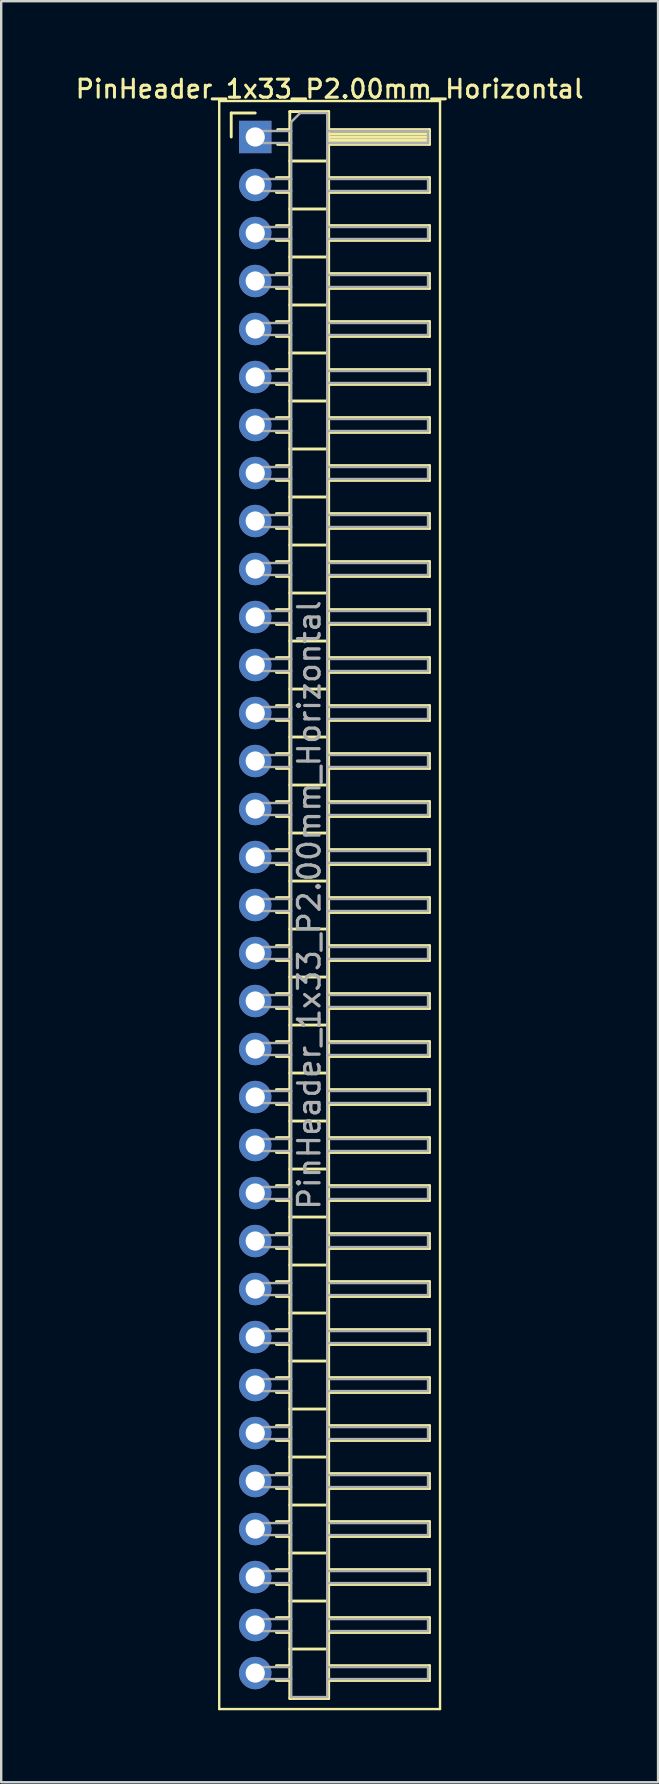
<source format=kicad_pcb>
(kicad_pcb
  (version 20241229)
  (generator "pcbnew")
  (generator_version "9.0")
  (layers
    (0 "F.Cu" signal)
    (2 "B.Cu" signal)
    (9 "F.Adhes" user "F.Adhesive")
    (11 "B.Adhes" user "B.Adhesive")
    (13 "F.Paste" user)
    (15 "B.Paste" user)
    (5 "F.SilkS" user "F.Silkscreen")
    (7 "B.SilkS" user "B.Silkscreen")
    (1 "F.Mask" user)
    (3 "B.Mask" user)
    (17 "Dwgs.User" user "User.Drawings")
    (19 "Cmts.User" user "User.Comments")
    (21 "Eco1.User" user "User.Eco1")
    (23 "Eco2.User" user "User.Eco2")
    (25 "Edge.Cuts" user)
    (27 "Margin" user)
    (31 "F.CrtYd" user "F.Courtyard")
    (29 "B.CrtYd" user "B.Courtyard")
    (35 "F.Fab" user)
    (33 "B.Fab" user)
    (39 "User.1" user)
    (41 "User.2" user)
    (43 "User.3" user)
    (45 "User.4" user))
  (footprint "PinHeader_1x33_P2.00mm_Horizontal"
    (layer "F.Cu")
    (at 7.584 2.658)
    (property "Reference" "PinHeader_1x33_P2.00mm_Horizontal" (at 3.1 -2 0) (layer "F.SilkS") (effects (font (size 0.75 0.75) (thickness 0.125))))
    (attr through_hole)
    (fp_line (start -1.5 -1.5) (end -1.5 65.5) (stroke (width 0.1) (type solid)) (layer "F.SilkS"))
    (fp_line (start -1.5 65.5) (end 7.7 65.5) (stroke (width 0.1) (type solid)) (layer "F.SilkS"))
    (fp_line (start -1 -1) (end 0 -1) (stroke (width 0.12) (type solid)) (layer "F.SilkS"))
    (fp_line (start -1 0) (end -1 -1) (stroke (width 0.12) (type solid)) (layer "F.SilkS"))
    (fp_line (start 0.882 1.69) (end 1.44 1.69) (stroke (width 0.12) (type solid)) (layer "F.SilkS"))
    (fp_line (start 0.882 2.31) (end 1.44 2.31) (stroke (width 0.12) (type solid)) (layer "F.SilkS"))
    (fp_line (start 0.882 3.69) (end 1.44 3.69) (stroke (width 0.12) (type solid)) (layer "F.SilkS"))
    (fp_line (start 0.882 4.31) (end 1.44 4.31) (stroke (width 0.12) (type solid)) (layer "F.SilkS"))
    (fp_line (start 0.882 5.69) (end 1.44 5.69) (stroke (width 0.12) (type solid)) (layer "F.SilkS"))
    (fp_line (start 0.882 6.31) (end 1.44 6.31) (stroke (width 0.12) (type solid)) (layer "F.SilkS"))
    (fp_line (start 0.882 7.69) (end 1.44 7.69) (stroke (width 0.12) (type solid)) (layer "F.SilkS"))
    (fp_line (start 0.882 8.31) (end 1.44 8.31) (stroke (width 0.12) (type solid)) (layer "F.SilkS"))
    (fp_line (start 0.882 9.69) (end 1.44 9.69) (stroke (width 0.12) (type solid)) (layer "F.SilkS"))
    (fp_line (start 0.882 10.31) (end 1.44 10.31) (stroke (width 0.12) (type solid)) (layer "F.SilkS"))
    (fp_line (start 0.882 11.69) (end 1.44 11.69) (stroke (width 0.12) (type solid)) (layer "F.SilkS"))
    (fp_line (start 0.882 12.31) (end 1.44 12.31) (stroke (width 0.12) (type solid)) (layer "F.SilkS"))
    (fp_line (start 0.882 13.69) (end 1.44 13.69) (stroke (width 0.12) (type solid)) (layer "F.SilkS"))
    (fp_line (start 0.882 14.31) (end 1.44 14.31) (stroke (width 0.12) (type solid)) (layer "F.SilkS"))
    (fp_line (start 0.882 15.69) (end 1.44 15.69) (stroke (width 0.12) (type solid)) (layer "F.SilkS"))
    (fp_line (start 0.882 16.31) (end 1.44 16.31) (stroke (width 0.12) (type solid)) (layer "F.SilkS"))
    (fp_line (start 0.882 17.69) (end 1.44 17.69) (stroke (width 0.12) (type solid)) (layer "F.SilkS"))
    (fp_line (start 0.882 18.31) (end 1.44 18.31) (stroke (width 0.12) (type solid)) (layer "F.SilkS"))
    (fp_line (start 0.882 19.69) (end 1.44 19.69) (stroke (width 0.12) (type solid)) (layer "F.SilkS"))
    (fp_line (start 0.882 20.31) (end 1.44 20.31) (stroke (width 0.12) (type solid)) (layer "F.SilkS"))
    (fp_line (start 0.882 21.69) (end 1.44 21.69) (stroke (width 0.12) (type solid)) (layer "F.SilkS"))
    (fp_line (start 0.882 22.31) (end 1.44 22.31) (stroke (width 0.12) (type solid)) (layer "F.SilkS"))
    (fp_line (start 0.882 23.69) (end 1.44 23.69) (stroke (width 0.12) (type solid)) (layer "F.SilkS"))
    (fp_line (start 0.882 24.31) (end 1.44 24.31) (stroke (width 0.12) (type solid)) (layer "F.SilkS"))
    (fp_line (start 0.882 25.69) (end 1.44 25.69) (stroke (width 0.12) (type solid)) (layer "F.SilkS"))
    (fp_line (start 0.882 26.31) (end 1.44 26.31) (stroke (width 0.12) (type solid)) (layer "F.SilkS"))
    (fp_line (start 0.882 27.69) (end 1.44 27.69) (stroke (width 0.12) (type solid)) (layer "F.SilkS"))
    (fp_line (start 0.882 28.31) (end 1.44 28.31) (stroke (width 0.12) (type solid)) (layer "F.SilkS"))
    (fp_line (start 0.882 29.69) (end 1.44 29.69) (stroke (width 0.12) (type solid)) (layer "F.SilkS"))
    (fp_line (start 0.882 30.31) (end 1.44 30.31) (stroke (width 0.12) (type solid)) (layer "F.SilkS"))
    (fp_line (start 0.882 31.69) (end 1.44 31.69) (stroke (width 0.12) (type solid)) (layer "F.SilkS"))
    (fp_line (start 0.882 32.31) (end 1.44 32.31) (stroke (width 0.12) (type solid)) (layer "F.SilkS"))
    (fp_line (start 0.882 33.69) (end 1.44 33.69) (stroke (width 0.12) (type solid)) (layer "F.SilkS"))
    (fp_line (start 0.882 34.31) (end 1.44 34.31) (stroke (width 0.12) (type solid)) (layer "F.SilkS"))
    (fp_line (start 0.882 35.69) (end 1.44 35.69) (stroke (width 0.12) (type solid)) (layer "F.SilkS"))
    (fp_line (start 0.882 36.31) (end 1.44 36.31) (stroke (width 0.12) (type solid)) (layer "F.SilkS"))
    (fp_line (start 0.882 37.69) (end 1.44 37.69) (stroke (width 0.12) (type solid)) (layer "F.SilkS"))
    (fp_line (start 0.882 38.31) (end 1.44 38.31) (stroke (width 0.12) (type solid)) (layer "F.SilkS"))
    (fp_line (start 0.882 39.69) (end 1.44 39.69) (stroke (width 0.12) (type solid)) (layer "F.SilkS"))
    (fp_line (start 0.882 40.31) (end 1.44 40.31) (stroke (width 0.12) (type solid)) (layer "F.SilkS"))
    (fp_line (start 0.882 41.69) (end 1.44 41.69) (stroke (width 0.12) (type solid)) (layer "F.SilkS"))
    (fp_line (start 0.882 42.31) (end 1.44 42.31) (stroke (width 0.12) (type solid)) (layer "F.SilkS"))
    (fp_line (start 0.882 43.69) (end 1.44 43.69) (stroke (width 0.12) (type solid)) (layer "F.SilkS"))
    (fp_line (start 0.882 44.31) (end 1.44 44.31) (stroke (width 0.12) (type solid)) (layer "F.SilkS"))
    (fp_line (start 0.882 45.69) (end 1.44 45.69) (stroke (width 0.12) (type solid)) (layer "F.SilkS"))
    (fp_line (start 0.882 46.31) (end 1.44 46.31) (stroke (width 0.12) (type solid)) (layer "F.SilkS"))
    (fp_line (start 0.882 47.69) (end 1.44 47.69) (stroke (width 0.12) (type solid)) (layer "F.SilkS"))
    (fp_line (start 0.882 48.31) (end 1.44 48.31) (stroke (width 0.12) (type solid)) (layer "F.SilkS"))
    (fp_line (start 0.882 49.69) (end 1.44 49.69) (stroke (width 0.12) (type solid)) (layer "F.SilkS"))
    (fp_line (start 0.882 50.31) (end 1.44 50.31) (stroke (width 0.12) (type solid)) (layer "F.SilkS"))
    (fp_line (start 0.882 51.69) (end 1.44 51.69) (stroke (width 0.12) (type solid)) (layer "F.SilkS"))
    (fp_line (start 0.882 52.31) (end 1.44 52.31) (stroke (width 0.12) (type solid)) (layer "F.SilkS"))
    (fp_line (start 0.882 53.69) (end 1.44 53.69) (stroke (width 0.12) (type solid)) (layer "F.SilkS"))
    (fp_line (start 0.882 54.31) (end 1.44 54.31) (stroke (width 0.12) (type solid)) (layer "F.SilkS"))
    (fp_line (start 0.882 55.69) (end 1.44 55.69) (stroke (width 0.12) (type solid)) (layer "F.SilkS"))
    (fp_line (start 0.882 56.31) (end 1.44 56.31) (stroke (width 0.12) (type solid)) (layer "F.SilkS"))
    (fp_line (start 0.882 57.69) (end 1.44 57.69) (stroke (width 0.12) (type solid)) (layer "F.SilkS"))
    (fp_line (start 0.882 58.31) (end 1.44 58.31) (stroke (width 0.12) (type solid)) (layer "F.SilkS"))
    (fp_line (start 0.882 59.69) (end 1.44 59.69) (stroke (width 0.12) (type solid)) (layer "F.SilkS"))
    (fp_line (start 0.882 60.31) (end 1.44 60.31) (stroke (width 0.12) (type solid)) (layer "F.SilkS"))
    (fp_line (start 0.882 61.69) (end 1.44 61.69) (stroke (width 0.12) (type solid)) (layer "F.SilkS"))
    (fp_line (start 0.882 62.31) (end 1.44 62.31) (stroke (width 0.12) (type solid)) (layer "F.SilkS"))
    (fp_line (start 0.882 63.69) (end 1.44 63.69) (stroke (width 0.12) (type solid)) (layer "F.SilkS"))
    (fp_line (start 0.882 64.31) (end 1.44 64.31) (stroke (width 0.12) (type solid)) (layer "F.SilkS"))
    (fp_line (start 0.935 -0.31) (end 1.44 -0.31) (stroke (width 0.12) (type solid)) (layer "F.SilkS"))
    (fp_line (start 0.935 0.31) (end 1.44 0.31) (stroke (width 0.12) (type solid)) (layer "F.SilkS"))
    (fp_line (start 1.44 -1.06) (end 1.44 65.06) (stroke (width 0.12) (type solid)) (layer "F.SilkS"))
    (fp_line (start 1.44 1) (end 3.06 1) (stroke (width 0.12) (type solid)) (layer "F.SilkS"))
    (fp_line (start 1.44 3) (end 3.06 3) (stroke (width 0.12) (type solid)) (layer "F.SilkS"))
    (fp_line (start 1.44 5) (end 3.06 5) (stroke (width 0.12) (type solid)) (layer "F.SilkS"))
    (fp_line (start 1.44 7) (end 3.06 7) (stroke (width 0.12) (type solid)) (layer "F.SilkS"))
    (fp_line (start 1.44 9) (end 3.06 9) (stroke (width 0.12) (type solid)) (layer "F.SilkS"))
    (fp_line (start 1.44 11) (end 3.06 11) (stroke (width 0.12) (type solid)) (layer "F.SilkS"))
    (fp_line (start 1.44 13) (end 3.06 13) (stroke (width 0.12) (type solid)) (layer "F.SilkS"))
    (fp_line (start 1.44 15) (end 3.06 15) (stroke (width 0.12) (type solid)) (layer "F.SilkS"))
    (fp_line (start 1.44 17) (end 3.06 17) (stroke (width 0.12) (type solid)) (layer "F.SilkS"))
    (fp_line (start 1.44 19) (end 3.06 19) (stroke (width 0.12) (type solid)) (layer "F.SilkS"))
    (fp_line (start 1.44 21) (end 3.06 21) (stroke (width 0.12) (type solid)) (layer "F.SilkS"))
    (fp_line (start 1.44 23) (end 3.06 23) (stroke (width 0.12) (type solid)) (layer "F.SilkS"))
    (fp_line (start 1.44 25) (end 3.06 25) (stroke (width 0.12) (type solid)) (layer "F.SilkS"))
    (fp_line (start 1.44 27) (end 3.06 27) (stroke (width 0.12) (type solid)) (layer "F.SilkS"))
    (fp_line (start 1.44 29) (end 3.06 29) (stroke (width 0.12) (type solid)) (layer "F.SilkS"))
    (fp_line (start 1.44 31) (end 3.06 31) (stroke (width 0.12) (type solid)) (layer "F.SilkS"))
    (fp_line (start 1.44 33) (end 3.06 33) (stroke (width 0.12) (type solid)) (layer "F.SilkS"))
    (fp_line (start 1.44 35) (end 3.06 35) (stroke (width 0.12) (type solid)) (layer "F.SilkS"))
    (fp_line (start 1.44 37) (end 3.06 37) (stroke (width 0.12) (type solid)) (layer "F.SilkS"))
    (fp_line (start 1.44 39) (end 3.06 39) (stroke (width 0.12) (type solid)) (layer "F.SilkS"))
    (fp_line (start 1.44 41) (end 3.06 41) (stroke (width 0.12) (type solid)) (layer "F.SilkS"))
    (fp_line (start 1.44 43) (end 3.06 43) (stroke (width 0.12) (type solid)) (layer "F.SilkS"))
    (fp_line (start 1.44 45) (end 3.06 45) (stroke (width 0.12) (type solid)) (layer "F.SilkS"))
    (fp_line (start 1.44 47) (end 3.06 47) (stroke (width 0.12) (type solid)) (layer "F.SilkS"))
    (fp_line (start 1.44 49) (end 3.06 49) (stroke (width 0.12) (type solid)) (layer "F.SilkS"))
    (fp_line (start 1.44 51) (end 3.06 51) (stroke (width 0.12) (type solid)) (layer "F.SilkS"))
    (fp_line (start 1.44 53) (end 3.06 53) (stroke (width 0.12) (type solid)) (layer "F.SilkS"))
    (fp_line (start 1.44 55) (end 3.06 55) (stroke (width 0.12) (type solid)) (layer "F.SilkS"))
    (fp_line (start 1.44 57) (end 3.06 57) (stroke (width 0.12) (type solid)) (layer "F.SilkS"))
    (fp_line (start 1.44 59) (end 3.06 59) (stroke (width 0.12) (type solid)) (layer "F.SilkS"))
    (fp_line (start 1.44 61) (end 3.06 61) (stroke (width 0.12) (type solid)) (layer "F.SilkS"))
    (fp_line (start 1.44 63) (end 3.06 63) (stroke (width 0.12) (type solid)) (layer "F.SilkS"))
    (fp_line (start 1.44 65.06) (end 3.06 65.06) (stroke (width 0.12) (type solid)) (layer "F.SilkS"))
    (fp_line (start 3.06 -1.06) (end 1.44 -1.06) (stroke (width 0.12) (type solid)) (layer "F.SilkS"))
    (fp_line (start 3.06 -0.31) (end 7.26 -0.31) (stroke (width 0.12) (type solid)) (layer "F.SilkS"))
    (fp_line (start 3.06 -0.25) (end 7.26 -0.25) (stroke (width 0.12) (type solid)) (layer "F.SilkS"))
    (fp_line (start 3.06 -0.13) (end 7.26 -0.13) (stroke (width 0.12) (type solid)) (layer "F.SilkS"))
    (fp_line (start 3.06 -0.01) (end 7.26 -0.01) (stroke (width 0.12) (type solid)) (layer "F.SilkS"))
    (fp_line (start 3.06 0.11) (end 7.26 0.11) (stroke (width 0.12) (type solid)) (layer "F.SilkS"))
    (fp_line (start 3.06 0.23) (end 7.26 0.23) (stroke (width 0.12) (type solid)) (layer "F.SilkS"))
    (fp_line (start 3.06 1.69) (end 7.26 1.69) (stroke (width 0.12) (type solid)) (layer "F.SilkS"))
    (fp_line (start 3.06 3.69) (end 7.26 3.69) (stroke (width 0.12) (type solid)) (layer "F.SilkS"))
    (fp_line (start 3.06 5.69) (end 7.26 5.69) (stroke (width 0.12) (type solid)) (layer "F.SilkS"))
    (fp_line (start 3.06 7.69) (end 7.26 7.69) (stroke (width 0.12) (type solid)) (layer "F.SilkS"))
    (fp_line (start 3.06 9.69) (end 7.26 9.69) (stroke (width 0.12) (type solid)) (layer "F.SilkS"))
    (fp_line (start 3.06 11.69) (end 7.26 11.69) (stroke (width 0.12) (type solid)) (layer "F.SilkS"))
    (fp_line (start 3.06 13.69) (end 7.26 13.69) (stroke (width 0.12) (type solid)) (layer "F.SilkS"))
    (fp_line (start 3.06 15.69) (end 7.26 15.69) (stroke (width 0.12) (type solid)) (layer "F.SilkS"))
    (fp_line (start 3.06 17.69) (end 7.26 17.69) (stroke (width 0.12) (type solid)) (layer "F.SilkS"))
    (fp_line (start 3.06 19.69) (end 7.26 19.69) (stroke (width 0.12) (type solid)) (layer "F.SilkS"))
    (fp_line (start 3.06 21.69) (end 7.26 21.69) (stroke (width 0.12) (type solid)) (layer "F.SilkS"))
    (fp_line (start 3.06 23.69) (end 7.26 23.69) (stroke (width 0.12) (type solid)) (layer "F.SilkS"))
    (fp_line (start 3.06 25.69) (end 7.26 25.69) (stroke (width 0.12) (type solid)) (layer "F.SilkS"))
    (fp_line (start 3.06 27.69) (end 7.26 27.69) (stroke (width 0.12) (type solid)) (layer "F.SilkS"))
    (fp_line (start 3.06 29.69) (end 7.26 29.69) (stroke (width 0.12) (type solid)) (layer "F.SilkS"))
    (fp_line (start 3.06 31.69) (end 7.26 31.69) (stroke (width 0.12) (type solid)) (layer "F.SilkS"))
    (fp_line (start 3.06 33.69) (end 7.26 33.69) (stroke (width 0.12) (type solid)) (layer "F.SilkS"))
    (fp_line (start 3.06 35.69) (end 7.26 35.69) (stroke (width 0.12) (type solid)) (layer "F.SilkS"))
    (fp_line (start 3.06 37.69) (end 7.26 37.69) (stroke (width 0.12) (type solid)) (layer "F.SilkS"))
    (fp_line (start 3.06 39.69) (end 7.26 39.69) (stroke (width 0.12) (type solid)) (layer "F.SilkS"))
    (fp_line (start 3.06 41.69) (end 7.26 41.69) (stroke (width 0.12) (type solid)) (layer "F.SilkS"))
    (fp_line (start 3.06 43.69) (end 7.26 43.69) (stroke (width 0.12) (type solid)) (layer "F.SilkS"))
    (fp_line (start 3.06 45.69) (end 7.26 45.69) (stroke (width 0.12) (type solid)) (layer "F.SilkS"))
    (fp_line (start 3.06 47.69) (end 7.26 47.69) (stroke (width 0.12) (type solid)) (layer "F.SilkS"))
    (fp_line (start 3.06 49.69) (end 7.26 49.69) (stroke (width 0.12) (type solid)) (layer "F.SilkS"))
    (fp_line (start 3.06 51.69) (end 7.26 51.69) (stroke (width 0.12) (type solid)) (layer "F.SilkS"))
    (fp_line (start 3.06 53.69) (end 7.26 53.69) (stroke (width 0.12) (type solid)) (layer "F.SilkS"))
    (fp_line (start 3.06 55.69) (end 7.26 55.69) (stroke (width 0.12) (type solid)) (layer "F.SilkS"))
    (fp_line (start 3.06 57.69) (end 7.26 57.69) (stroke (width 0.12) (type solid)) (layer "F.SilkS"))
    (fp_line (start 3.06 59.69) (end 7.26 59.69) (stroke (width 0.12) (type solid)) (layer "F.SilkS"))
    (fp_line (start 3.06 61.69) (end 7.26 61.69) (stroke (width 0.12) (type solid)) (layer "F.SilkS"))
    (fp_line (start 3.06 63.69) (end 7.26 63.69) (stroke (width 0.12) (type solid)) (layer "F.SilkS"))
    (fp_line (start 3.06 65.06) (end 3.06 -1.06) (stroke (width 0.12) (type solid)) (layer "F.SilkS"))
    (fp_line (start 7.26 -0.31) (end 7.26 0.31) (stroke (width 0.12) (type solid)) (layer "F.SilkS"))
    (fp_line (start 7.26 0.31) (end 3.06 0.31) (stroke (width 0.12) (type solid)) (layer "F.SilkS"))
    (fp_line (start 7.26 1.69) (end 7.26 2.31) (stroke (width 0.12) (type solid)) (layer "F.SilkS"))
    (fp_line (start 7.26 2.31) (end 3.06 2.31) (stroke (width 0.12) (type solid)) (layer "F.SilkS"))
    (fp_line (start 7.26 3.69) (end 7.26 4.31) (stroke (width 0.12) (type solid)) (layer "F.SilkS"))
    (fp_line (start 7.26 4.31) (end 3.06 4.31) (stroke (width 0.12) (type solid)) (layer "F.SilkS"))
    (fp_line (start 7.26 5.69) (end 7.26 6.31) (stroke (width 0.12) (type solid)) (layer "F.SilkS"))
    (fp_line (start 7.26 6.31) (end 3.06 6.31) (stroke (width 0.12) (type solid)) (layer "F.SilkS"))
    (fp_line (start 7.26 7.69) (end 7.26 8.31) (stroke (width 0.12) (type solid)) (layer "F.SilkS"))
    (fp_line (start 7.26 8.31) (end 3.06 8.31) (stroke (width 0.12) (type solid)) (layer "F.SilkS"))
    (fp_line (start 7.26 9.69) (end 7.26 10.31) (stroke (width 0.12) (type solid)) (layer "F.SilkS"))
    (fp_line (start 7.26 10.31) (end 3.06 10.31) (stroke (width 0.12) (type solid)) (layer "F.SilkS"))
    (fp_line (start 7.26 11.69) (end 7.26 12.31) (stroke (width 0.12) (type solid)) (layer "F.SilkS"))
    (fp_line (start 7.26 12.31) (end 3.06 12.31) (stroke (width 0.12) (type solid)) (layer "F.SilkS"))
    (fp_line (start 7.26 13.69) (end 7.26 14.31) (stroke (width 0.12) (type solid)) (layer "F.SilkS"))
    (fp_line (start 7.26 14.31) (end 3.06 14.31) (stroke (width 0.12) (type solid)) (layer "F.SilkS"))
    (fp_line (start 7.26 15.69) (end 7.26 16.31) (stroke (width 0.12) (type solid)) (layer "F.SilkS"))
    (fp_line (start 7.26 16.31) (end 3.06 16.31) (stroke (width 0.12) (type solid)) (layer "F.SilkS"))
    (fp_line (start 7.26 17.69) (end 7.26 18.31) (stroke (width 0.12) (type solid)) (layer "F.SilkS"))
    (fp_line (start 7.26 18.31) (end 3.06 18.31) (stroke (width 0.12) (type solid)) (layer "F.SilkS"))
    (fp_line (start 7.26 19.69) (end 7.26 20.31) (stroke (width 0.12) (type solid)) (layer "F.SilkS"))
    (fp_line (start 7.26 20.31) (end 3.06 20.31) (stroke (width 0.12) (type solid)) (layer "F.SilkS"))
    (fp_line (start 7.26 21.69) (end 7.26 22.31) (stroke (width 0.12) (type solid)) (layer "F.SilkS"))
    (fp_line (start 7.26 22.31) (end 3.06 22.31) (stroke (width 0.12) (type solid)) (layer "F.SilkS"))
    (fp_line (start 7.26 23.69) (end 7.26 24.31) (stroke (width 0.12) (type solid)) (layer "F.SilkS"))
    (fp_line (start 7.26 24.31) (end 3.06 24.31) (stroke (width 0.12) (type solid)) (layer "F.SilkS"))
    (fp_line (start 7.26 25.69) (end 7.26 26.31) (stroke (width 0.12) (type solid)) (layer "F.SilkS"))
    (fp_line (start 7.26 26.31) (end 3.06 26.31) (stroke (width 0.12) (type solid)) (layer "F.SilkS"))
    (fp_line (start 7.26 27.69) (end 7.26 28.31) (stroke (width 0.12) (type solid)) (layer "F.SilkS"))
    (fp_line (start 7.26 28.31) (end 3.06 28.31) (stroke (width 0.12) (type solid)) (layer "F.SilkS"))
    (fp_line (start 7.26 29.69) (end 7.26 30.31) (stroke (width 0.12) (type solid)) (layer "F.SilkS"))
    (fp_line (start 7.26 30.31) (end 3.06 30.31) (stroke (width 0.12) (type solid)) (layer "F.SilkS"))
    (fp_line (start 7.26 31.69) (end 7.26 32.31) (stroke (width 0.12) (type solid)) (layer "F.SilkS"))
    (fp_line (start 7.26 32.31) (end 3.06 32.31) (stroke (width 0.12) (type solid)) (layer "F.SilkS"))
    (fp_line (start 7.26 33.69) (end 7.26 34.31) (stroke (width 0.12) (type solid)) (layer "F.SilkS"))
    (fp_line (start 7.26 34.31) (end 3.06 34.31) (stroke (width 0.12) (type solid)) (layer "F.SilkS"))
    (fp_line (start 7.26 35.69) (end 7.26 36.31) (stroke (width 0.12) (type solid)) (layer "F.SilkS"))
    (fp_line (start 7.26 36.31) (end 3.06 36.31) (stroke (width 0.12) (type solid)) (layer "F.SilkS"))
    (fp_line (start 7.26 37.69) (end 7.26 38.31) (stroke (width 0.12) (type solid)) (layer "F.SilkS"))
    (fp_line (start 7.26 38.31) (end 3.06 38.31) (stroke (width 0.12) (type solid)) (layer "F.SilkS"))
    (fp_line (start 7.26 39.69) (end 7.26 40.31) (stroke (width 0.12) (type solid)) (layer "F.SilkS"))
    (fp_line (start 7.26 40.31) (end 3.06 40.31) (stroke (width 0.12) (type solid)) (layer "F.SilkS"))
    (fp_line (start 7.26 41.69) (end 7.26 42.31) (stroke (width 0.12) (type solid)) (layer "F.SilkS"))
    (fp_line (start 7.26 42.31) (end 3.06 42.31) (stroke (width 0.12) (type solid)) (layer "F.SilkS"))
    (fp_line (start 7.26 43.69) (end 7.26 44.31) (stroke (width 0.12) (type solid)) (layer "F.SilkS"))
    (fp_line (start 7.26 44.31) (end 3.06 44.31) (stroke (width 0.12) (type solid)) (layer "F.SilkS"))
    (fp_line (start 7.26 45.69) (end 7.26 46.31) (stroke (width 0.12) (type solid)) (layer "F.SilkS"))
    (fp_line (start 7.26 46.31) (end 3.06 46.31) (stroke (width 0.12) (type solid)) (layer "F.SilkS"))
    (fp_line (start 7.26 47.69) (end 7.26 48.31) (stroke (width 0.12) (type solid)) (layer "F.SilkS"))
    (fp_line (start 7.26 48.31) (end 3.06 48.31) (stroke (width 0.12) (type solid)) (layer "F.SilkS"))
    (fp_line (start 7.26 49.69) (end 7.26 50.31) (stroke (width 0.12) (type solid)) (layer "F.SilkS"))
    (fp_line (start 7.26 50.31) (end 3.06 50.31) (stroke (width 0.12) (type solid)) (layer "F.SilkS"))
    (fp_line (start 7.26 51.69) (end 7.26 52.31) (stroke (width 0.12) (type solid)) (layer "F.SilkS"))
    (fp_line (start 7.26 52.31) (end 3.06 52.31) (stroke (width 0.12) (type solid)) (layer "F.SilkS"))
    (fp_line (start 7.26 53.69) (end 7.26 54.31) (stroke (width 0.12) (type solid)) (layer "F.SilkS"))
    (fp_line (start 7.26 54.31) (end 3.06 54.31) (stroke (width 0.12) (type solid)) (layer "F.SilkS"))
    (fp_line (start 7.26 55.69) (end 7.26 56.31) (stroke (width 0.12) (type solid)) (layer "F.SilkS"))
    (fp_line (start 7.26 56.31) (end 3.06 56.31) (stroke (width 0.12) (type solid)) (layer "F.SilkS"))
    (fp_line (start 7.26 57.69) (end 7.26 58.31) (stroke (width 0.12) (type solid)) (layer "F.SilkS"))
    (fp_line (start 7.26 58.31) (end 3.06 58.31) (stroke (width 0.12) (type solid)) (layer "F.SilkS"))
    (fp_line (start 7.26 59.69) (end 7.26 60.31) (stroke (width 0.12) (type solid)) (layer "F.SilkS"))
    (fp_line (start 7.26 60.31) (end 3.06 60.31) (stroke (width 0.12) (type solid)) (layer "F.SilkS"))
    (fp_line (start 7.26 61.69) (end 7.26 62.31) (stroke (width 0.12) (type solid)) (layer "F.SilkS"))
    (fp_line (start 7.26 62.31) (end 3.06 62.31) (stroke (width 0.12) (type solid)) (layer "F.SilkS"))
    (fp_line (start 7.26 63.69) (end 7.26 64.31) (stroke (width 0.12) (type solid)) (layer "F.SilkS"))
    (fp_line (start 7.26 64.31) (end 3.06 64.31) (stroke (width 0.12) (type solid)) (layer "F.SilkS"))
    (fp_line (start 7.7 -1.5) (end -1.5 -1.5) (stroke (width 0.1) (type solid)) (layer "F.SilkS"))
    (fp_line (start 7.7 65.5) (end 7.7 -1.5) (stroke (width 0.1) (type solid)) (layer "F.SilkS"))
    (fp_line (start -0.25 -0.25) (end -0.25 0.25) (stroke (width 0.1) (type solid)) (layer "F.Fab"))
    (fp_line (start -0.25 -0.25) (end 1.5 -0.25) (stroke (width 0.1) (type solid)) (layer "F.Fab"))
    (fp_line (start -0.25 0.25) (end 1.5 0.25) (stroke (width 0.1) (type solid)) (layer "F.Fab"))
    (fp_line (start -0.25 1.75) (end -0.25 2.25) (stroke (width 0.1) (type solid)) (layer "F.Fab"))
    (fp_line (start -0.25 1.75) (end 1.5 1.75) (stroke (width 0.1) (type solid)) (layer "F.Fab"))
    (fp_line (start -0.25 2.25) (end 1.5 2.25) (stroke (width 0.1) (type solid)) (layer "F.Fab"))
    (fp_line (start -0.25 3.75) (end -0.25 4.25) (stroke (width 0.1) (type solid)) (layer "F.Fab"))
    (fp_line (start -0.25 3.75) (end 1.5 3.75) (stroke (width 0.1) (type solid)) (layer "F.Fab"))
    (fp_line (start -0.25 4.25) (end 1.5 4.25) (stroke (width 0.1) (type solid)) (layer "F.Fab"))
    (fp_line (start -0.25 5.75) (end -0.25 6.25) (stroke (width 0.1) (type solid)) (layer "F.Fab"))
    (fp_line (start -0.25 5.75) (end 1.5 5.75) (stroke (width 0.1) (type solid)) (layer "F.Fab"))
    (fp_line (start -0.25 6.25) (end 1.5 6.25) (stroke (width 0.1) (type solid)) (layer "F.Fab"))
    (fp_line (start -0.25 7.75) (end -0.25 8.25) (stroke (width 0.1) (type solid)) (layer "F.Fab"))
    (fp_line (start -0.25 7.75) (end 1.5 7.75) (stroke (width 0.1) (type solid)) (layer "F.Fab"))
    (fp_line (start -0.25 8.25) (end 1.5 8.25) (stroke (width 0.1) (type solid)) (layer "F.Fab"))
    (fp_line (start -0.25 9.75) (end -0.25 10.25) (stroke (width 0.1) (type solid)) (layer "F.Fab"))
    (fp_line (start -0.25 9.75) (end 1.5 9.75) (stroke (width 0.1) (type solid)) (layer "F.Fab"))
    (fp_line (start -0.25 10.25) (end 1.5 10.25) (stroke (width 0.1) (type solid)) (layer "F.Fab"))
    (fp_line (start -0.25 11.75) (end -0.25 12.25) (stroke (width 0.1) (type solid)) (layer "F.Fab"))
    (fp_line (start -0.25 11.75) (end 1.5 11.75) (stroke (width 0.1) (type solid)) (layer "F.Fab"))
    (fp_line (start -0.25 12.25) (end 1.5 12.25) (stroke (width 0.1) (type solid)) (layer "F.Fab"))
    (fp_line (start -0.25 13.75) (end -0.25 14.25) (stroke (width 0.1) (type solid)) (layer "F.Fab"))
    (fp_line (start -0.25 13.75) (end 1.5 13.75) (stroke (width 0.1) (type solid)) (layer "F.Fab"))
    (fp_line (start -0.25 14.25) (end 1.5 14.25) (stroke (width 0.1) (type solid)) (layer "F.Fab"))
    (fp_line (start -0.25 15.75) (end -0.25 16.25) (stroke (width 0.1) (type solid)) (layer "F.Fab"))
    (fp_line (start -0.25 15.75) (end 1.5 15.75) (stroke (width 0.1) (type solid)) (layer "F.Fab"))
    (fp_line (start -0.25 16.25) (end 1.5 16.25) (stroke (width 0.1) (type solid)) (layer "F.Fab"))
    (fp_line (start -0.25 17.75) (end -0.25 18.25) (stroke (width 0.1) (type solid)) (layer "F.Fab"))
    (fp_line (start -0.25 17.75) (end 1.5 17.75) (stroke (width 0.1) (type solid)) (layer "F.Fab"))
    (fp_line (start -0.25 18.25) (end 1.5 18.25) (stroke (width 0.1) (type solid)) (layer "F.Fab"))
    (fp_line (start -0.25 19.75) (end -0.25 20.25) (stroke (width 0.1) (type solid)) (layer "F.Fab"))
    (fp_line (start -0.25 19.75) (end 1.5 19.75) (stroke (width 0.1) (type solid)) (layer "F.Fab"))
    (fp_line (start -0.25 20.25) (end 1.5 20.25) (stroke (width 0.1) (type solid)) (layer "F.Fab"))
    (fp_line (start -0.25 21.75) (end -0.25 22.25) (stroke (width 0.1) (type solid)) (layer "F.Fab"))
    (fp_line (start -0.25 21.75) (end 1.5 21.75) (stroke (width 0.1) (type solid)) (layer "F.Fab"))
    (fp_line (start -0.25 22.25) (end 1.5 22.25) (stroke (width 0.1) (type solid)) (layer "F.Fab"))
    (fp_line (start -0.25 23.75) (end -0.25 24.25) (stroke (width 0.1) (type solid)) (layer "F.Fab"))
    (fp_line (start -0.25 23.75) (end 1.5 23.75) (stroke (width 0.1) (type solid)) (layer "F.Fab"))
    (fp_line (start -0.25 24.25) (end 1.5 24.25) (stroke (width 0.1) (type solid)) (layer "F.Fab"))
    (fp_line (start -0.25 25.75) (end -0.25 26.25) (stroke (width 0.1) (type solid)) (layer "F.Fab"))
    (fp_line (start -0.25 25.75) (end 1.5 25.75) (stroke (width 0.1) (type solid)) (layer "F.Fab"))
    (fp_line (start -0.25 26.25) (end 1.5 26.25) (stroke (width 0.1) (type solid)) (layer "F.Fab"))
    (fp_line (start -0.25 27.75) (end -0.25 28.25) (stroke (width 0.1) (type solid)) (layer "F.Fab"))
    (fp_line (start -0.25 27.75) (end 1.5 27.75) (stroke (width 0.1) (type solid)) (layer "F.Fab"))
    (fp_line (start -0.25 28.25) (end 1.5 28.25) (stroke (width 0.1) (type solid)) (layer "F.Fab"))
    (fp_line (start -0.25 29.75) (end -0.25 30.25) (stroke (width 0.1) (type solid)) (layer "F.Fab"))
    (fp_line (start -0.25 29.75) (end 1.5 29.75) (stroke (width 0.1) (type solid)) (layer "F.Fab"))
    (fp_line (start -0.25 30.25) (end 1.5 30.25) (stroke (width 0.1) (type solid)) (layer "F.Fab"))
    (fp_line (start -0.25 31.75) (end -0.25 32.25) (stroke (width 0.1) (type solid)) (layer "F.Fab"))
    (fp_line (start -0.25 31.75) (end 1.5 31.75) (stroke (width 0.1) (type solid)) (layer "F.Fab"))
    (fp_line (start -0.25 32.25) (end 1.5 32.25) (stroke (width 0.1) (type solid)) (layer "F.Fab"))
    (fp_line (start -0.25 33.75) (end -0.25 34.25) (stroke (width 0.1) (type solid)) (layer "F.Fab"))
    (fp_line (start -0.25 33.75) (end 1.5 33.75) (stroke (width 0.1) (type solid)) (layer "F.Fab"))
    (fp_line (start -0.25 34.25) (end 1.5 34.25) (stroke (width 0.1) (type solid)) (layer "F.Fab"))
    (fp_line (start -0.25 35.75) (end -0.25 36.25) (stroke (width 0.1) (type solid)) (layer "F.Fab"))
    (fp_line (start -0.25 35.75) (end 1.5 35.75) (stroke (width 0.1) (type solid)) (layer "F.Fab"))
    (fp_line (start -0.25 36.25) (end 1.5 36.25) (stroke (width 0.1) (type solid)) (layer "F.Fab"))
    (fp_line (start -0.25 37.75) (end -0.25 38.25) (stroke (width 0.1) (type solid)) (layer "F.Fab"))
    (fp_line (start -0.25 37.75) (end 1.5 37.75) (stroke (width 0.1) (type solid)) (layer "F.Fab"))
    (fp_line (start -0.25 38.25) (end 1.5 38.25) (stroke (width 0.1) (type solid)) (layer "F.Fab"))
    (fp_line (start -0.25 39.75) (end -0.25 40.25) (stroke (width 0.1) (type solid)) (layer "F.Fab"))
    (fp_line (start -0.25 39.75) (end 1.5 39.75) (stroke (width 0.1) (type solid)) (layer "F.Fab"))
    (fp_line (start -0.25 40.25) (end 1.5 40.25) (stroke (width 0.1) (type solid)) (layer "F.Fab"))
    (fp_line (start -0.25 41.75) (end -0.25 42.25) (stroke (width 0.1) (type solid)) (layer "F.Fab"))
    (fp_line (start -0.25 41.75) (end 1.5 41.75) (stroke (width 0.1) (type solid)) (layer "F.Fab"))
    (fp_line (start -0.25 42.25) (end 1.5 42.25) (stroke (width 0.1) (type solid)) (layer "F.Fab"))
    (fp_line (start -0.25 43.75) (end -0.25 44.25) (stroke (width 0.1) (type solid)) (layer "F.Fab"))
    (fp_line (start -0.25 43.75) (end 1.5 43.75) (stroke (width 0.1) (type solid)) (layer "F.Fab"))
    (fp_line (start -0.25 44.25) (end 1.5 44.25) (stroke (width 0.1) (type solid)) (layer "F.Fab"))
    (fp_line (start -0.25 45.75) (end -0.25 46.25) (stroke (width 0.1) (type solid)) (layer "F.Fab"))
    (fp_line (start -0.25 45.75) (end 1.5 45.75) (stroke (width 0.1) (type solid)) (layer "F.Fab"))
    (fp_line (start -0.25 46.25) (end 1.5 46.25) (stroke (width 0.1) (type solid)) (layer "F.Fab"))
    (fp_line (start -0.25 47.75) (end -0.25 48.25) (stroke (width 0.1) (type solid)) (layer "F.Fab"))
    (fp_line (start -0.25 47.75) (end 1.5 47.75) (stroke (width 0.1) (type solid)) (layer "F.Fab"))
    (fp_line (start -0.25 48.25) (end 1.5 48.25) (stroke (width 0.1) (type solid)) (layer "F.Fab"))
    (fp_line (start -0.25 49.75) (end -0.25 50.25) (stroke (width 0.1) (type solid)) (layer "F.Fab"))
    (fp_line (start -0.25 49.75) (end 1.5 49.75) (stroke (width 0.1) (type solid)) (layer "F.Fab"))
    (fp_line (start -0.25 50.25) (end 1.5 50.25) (stroke (width 0.1) (type solid)) (layer "F.Fab"))
    (fp_line (start -0.25 51.75) (end -0.25 52.25) (stroke (width 0.1) (type solid)) (layer "F.Fab"))
    (fp_line (start -0.25 51.75) (end 1.5 51.75) (stroke (width 0.1) (type solid)) (layer "F.Fab"))
    (fp_line (start -0.25 52.25) (end 1.5 52.25) (stroke (width 0.1) (type solid)) (layer "F.Fab"))
    (fp_line (start -0.25 53.75) (end -0.25 54.25) (stroke (width 0.1) (type solid)) (layer "F.Fab"))
    (fp_line (start -0.25 53.75) (end 1.5 53.75) (stroke (width 0.1) (type solid)) (layer "F.Fab"))
    (fp_line (start -0.25 54.25) (end 1.5 54.25) (stroke (width 0.1) (type solid)) (layer "F.Fab"))
    (fp_line (start -0.25 55.75) (end -0.25 56.25) (stroke (width 0.1) (type solid)) (layer "F.Fab"))
    (fp_line (start -0.25 55.75) (end 1.5 55.75) (stroke (width 0.1) (type solid)) (layer "F.Fab"))
    (fp_line (start -0.25 56.25) (end 1.5 56.25) (stroke (width 0.1) (type solid)) (layer "F.Fab"))
    (fp_line (start -0.25 57.75) (end -0.25 58.25) (stroke (width 0.1) (type solid)) (layer "F.Fab"))
    (fp_line (start -0.25 57.75) (end 1.5 57.75) (stroke (width 0.1) (type solid)) (layer "F.Fab"))
    (fp_line (start -0.25 58.25) (end 1.5 58.25) (stroke (width 0.1) (type solid)) (layer "F.Fab"))
    (fp_line (start -0.25 59.75) (end -0.25 60.25) (stroke (width 0.1) (type solid)) (layer "F.Fab"))
    (fp_line (start -0.25 59.75) (end 1.5 59.75) (stroke (width 0.1) (type solid)) (layer "F.Fab"))
    (fp_line (start -0.25 60.25) (end 1.5 60.25) (stroke (width 0.1) (type solid)) (layer "F.Fab"))
    (fp_line (start -0.25 61.75) (end -0.25 62.25) (stroke (width 0.1) (type solid)) (layer "F.Fab"))
    (fp_line (start -0.25 61.75) (end 1.5 61.75) (stroke (width 0.1) (type solid)) (layer "F.Fab"))
    (fp_line (start -0.25 62.25) (end 1.5 62.25) (stroke (width 0.1) (type solid)) (layer "F.Fab"))
    (fp_line (start -0.25 63.75) (end -0.25 64.25) (stroke (width 0.1) (type solid)) (layer "F.Fab"))
    (fp_line (start -0.25 63.75) (end 1.5 63.75) (stroke (width 0.1) (type solid)) (layer "F.Fab"))
    (fp_line (start -0.25 64.25) (end 1.5 64.25) (stroke (width 0.1) (type solid)) (layer "F.Fab"))
    (fp_line (start 1.5 -0.625) (end 1.875 -1) (stroke (width 0.1) (type solid)) (layer "F.Fab"))
    (fp_line (start 1.5 65) (end 1.5 -0.625) (stroke (width 0.1) (type solid)) (layer "F.Fab"))
    (fp_line (start 1.875 -1) (end 3 -1) (stroke (width 0.1) (type solid)) (layer "F.Fab"))
    (fp_line (start 3 -1) (end 3 65) (stroke (width 0.1) (type solid)) (layer "F.Fab"))
    (fp_line (start 3 -0.25) (end 7.2 -0.25) (stroke (width 0.1) (type solid)) (layer "F.Fab"))
    (fp_line (start 3 0.25) (end 7.2 0.25) (stroke (width 0.1) (type solid)) (layer "F.Fab"))
    (fp_line (start 3 1.75) (end 7.2 1.75) (stroke (width 0.1) (type solid)) (layer "F.Fab"))
    (fp_line (start 3 2.25) (end 7.2 2.25) (stroke (width 0.1) (type solid)) (layer "F.Fab"))
    (fp_line (start 3 3.75) (end 7.2 3.75) (stroke (width 0.1) (type solid)) (layer "F.Fab"))
    (fp_line (start 3 4.25) (end 7.2 4.25) (stroke (width 0.1) (type solid)) (layer "F.Fab"))
    (fp_line (start 3 5.75) (end 7.2 5.75) (stroke (width 0.1) (type solid)) (layer "F.Fab"))
    (fp_line (start 3 6.25) (end 7.2 6.25) (stroke (width 0.1) (type solid)) (layer "F.Fab"))
    (fp_line (start 3 7.75) (end 7.2 7.75) (stroke (width 0.1) (type solid)) (layer "F.Fab"))
    (fp_line (start 3 8.25) (end 7.2 8.25) (stroke (width 0.1) (type solid)) (layer "F.Fab"))
    (fp_line (start 3 9.75) (end 7.2 9.75) (stroke (width 0.1) (type solid)) (layer "F.Fab"))
    (fp_line (start 3 10.25) (end 7.2 10.25) (stroke (width 0.1) (type solid)) (layer "F.Fab"))
    (fp_line (start 3 11.75) (end 7.2 11.75) (stroke (width 0.1) (type solid)) (layer "F.Fab"))
    (fp_line (start 3 12.25) (end 7.2 12.25) (stroke (width 0.1) (type solid)) (layer "F.Fab"))
    (fp_line (start 3 13.75) (end 7.2 13.75) (stroke (width 0.1) (type solid)) (layer "F.Fab"))
    (fp_line (start 3 14.25) (end 7.2 14.25) (stroke (width 0.1) (type solid)) (layer "F.Fab"))
    (fp_line (start 3 15.75) (end 7.2 15.75) (stroke (width 0.1) (type solid)) (layer "F.Fab"))
    (fp_line (start 3 16.25) (end 7.2 16.25) (stroke (width 0.1) (type solid)) (layer "F.Fab"))
    (fp_line (start 3 17.75) (end 7.2 17.75) (stroke (width 0.1) (type solid)) (layer "F.Fab"))
    (fp_line (start 3 18.25) (end 7.2 18.25) (stroke (width 0.1) (type solid)) (layer "F.Fab"))
    (fp_line (start 3 19.75) (end 7.2 19.75) (stroke (width 0.1) (type solid)) (layer "F.Fab"))
    (fp_line (start 3 20.25) (end 7.2 20.25) (stroke (width 0.1) (type solid)) (layer "F.Fab"))
    (fp_line (start 3 21.75) (end 7.2 21.75) (stroke (width 0.1) (type solid)) (layer "F.Fab"))
    (fp_line (start 3 22.25) (end 7.2 22.25) (stroke (width 0.1) (type solid)) (layer "F.Fab"))
    (fp_line (start 3 23.75) (end 7.2 23.75) (stroke (width 0.1) (type solid)) (layer "F.Fab"))
    (fp_line (start 3 24.25) (end 7.2 24.25) (stroke (width 0.1) (type solid)) (layer "F.Fab"))
    (fp_line (start 3 25.75) (end 7.2 25.75) (stroke (width 0.1) (type solid)) (layer "F.Fab"))
    (fp_line (start 3 26.25) (end 7.2 26.25) (stroke (width 0.1) (type solid)) (layer "F.Fab"))
    (fp_line (start 3 27.75) (end 7.2 27.75) (stroke (width 0.1) (type solid)) (layer "F.Fab"))
    (fp_line (start 3 28.25) (end 7.2 28.25) (stroke (width 0.1) (type solid)) (layer "F.Fab"))
    (fp_line (start 3 29.75) (end 7.2 29.75) (stroke (width 0.1) (type solid)) (layer "F.Fab"))
    (fp_line (start 3 30.25) (end 7.2 30.25) (stroke (width 0.1) (type solid)) (layer "F.Fab"))
    (fp_line (start 3 31.75) (end 7.2 31.75) (stroke (width 0.1) (type solid)) (layer "F.Fab"))
    (fp_line (start 3 32.25) (end 7.2 32.25) (stroke (width 0.1) (type solid)) (layer "F.Fab"))
    (fp_line (start 3 33.75) (end 7.2 33.75) (stroke (width 0.1) (type solid)) (layer "F.Fab"))
    (fp_line (start 3 34.25) (end 7.2 34.25) (stroke (width 0.1) (type solid)) (layer "F.Fab"))
    (fp_line (start 3 35.75) (end 7.2 35.75) (stroke (width 0.1) (type solid)) (layer "F.Fab"))
    (fp_line (start 3 36.25) (end 7.2 36.25) (stroke (width 0.1) (type solid)) (layer "F.Fab"))
    (fp_line (start 3 37.75) (end 7.2 37.75) (stroke (width 0.1) (type solid)) (layer "F.Fab"))
    (fp_line (start 3 38.25) (end 7.2 38.25) (stroke (width 0.1) (type solid)) (layer "F.Fab"))
    (fp_line (start 3 39.75) (end 7.2 39.75) (stroke (width 0.1) (type solid)) (layer "F.Fab"))
    (fp_line (start 3 40.25) (end 7.2 40.25) (stroke (width 0.1) (type solid)) (layer "F.Fab"))
    (fp_line (start 3 41.75) (end 7.2 41.75) (stroke (width 0.1) (type solid)) (layer "F.Fab"))
    (fp_line (start 3 42.25) (end 7.2 42.25) (stroke (width 0.1) (type solid)) (layer "F.Fab"))
    (fp_line (start 3 43.75) (end 7.2 43.75) (stroke (width 0.1) (type solid)) (layer "F.Fab"))
    (fp_line (start 3 44.25) (end 7.2 44.25) (stroke (width 0.1) (type solid)) (layer "F.Fab"))
    (fp_line (start 3 45.75) (end 7.2 45.75) (stroke (width 0.1) (type solid)) (layer "F.Fab"))
    (fp_line (start 3 46.25) (end 7.2 46.25) (stroke (width 0.1) (type solid)) (layer "F.Fab"))
    (fp_line (start 3 47.75) (end 7.2 47.75) (stroke (width 0.1) (type solid)) (layer "F.Fab"))
    (fp_line (start 3 48.25) (end 7.2 48.25) (stroke (width 0.1) (type solid)) (layer "F.Fab"))
    (fp_line (start 3 49.75) (end 7.2 49.75) (stroke (width 0.1) (type solid)) (layer "F.Fab"))
    (fp_line (start 3 50.25) (end 7.2 50.25) (stroke (width 0.1) (type solid)) (layer "F.Fab"))
    (fp_line (start 3 51.75) (end 7.2 51.75) (stroke (width 0.1) (type solid)) (layer "F.Fab"))
    (fp_line (start 3 52.25) (end 7.2 52.25) (stroke (width 0.1) (type solid)) (layer "F.Fab"))
    (fp_line (start 3 53.75) (end 7.2 53.75) (stroke (width 0.1) (type solid)) (layer "F.Fab"))
    (fp_line (start 3 54.25) (end 7.2 54.25) (stroke (width 0.1) (type solid)) (layer "F.Fab"))
    (fp_line (start 3 55.75) (end 7.2 55.75) (stroke (width 0.1) (type solid)) (layer "F.Fab"))
    (fp_line (start 3 56.25) (end 7.2 56.25) (stroke (width 0.1) (type solid)) (layer "F.Fab"))
    (fp_line (start 3 57.75) (end 7.2 57.75) (stroke (width 0.1) (type solid)) (layer "F.Fab"))
    (fp_line (start 3 58.25) (end 7.2 58.25) (stroke (width 0.1) (type solid)) (layer "F.Fab"))
    (fp_line (start 3 59.75) (end 7.2 59.75) (stroke (width 0.1) (type solid)) (layer "F.Fab"))
    (fp_line (start 3 60.25) (end 7.2 60.25) (stroke (width 0.1) (type solid)) (layer "F.Fab"))
    (fp_line (start 3 61.75) (end 7.2 61.75) (stroke (width 0.1) (type solid)) (layer "F.Fab"))
    (fp_line (start 3 62.25) (end 7.2 62.25) (stroke (width 0.1) (type solid)) (layer "F.Fab"))
    (fp_line (start 3 63.75) (end 7.2 63.75) (stroke (width 0.1) (type solid)) (layer "F.Fab"))
    (fp_line (start 3 64.25) (end 7.2 64.25) (stroke (width 0.1) (type solid)) (layer "F.Fab"))
    (fp_line (start 3 65) (end 1.5 65) (stroke (width 0.1) (type solid)) (layer "F.Fab"))
    (fp_line (start 7.2 -0.25) (end 7.2 0.25) (stroke (width 0.1) (type solid)) (layer "F.Fab"))
    (fp_line (start 7.2 1.75) (end 7.2 2.25) (stroke (width 0.1) (type solid)) (layer "F.Fab"))
    (fp_line (start 7.2 3.75) (end 7.2 4.25) (stroke (width 0.1) (type solid)) (layer "F.Fab"))
    (fp_line (start 7.2 5.75) (end 7.2 6.25) (stroke (width 0.1) (type solid)) (layer "F.Fab"))
    (fp_line (start 7.2 7.75) (end 7.2 8.25) (stroke (width 0.1) (type solid)) (layer "F.Fab"))
    (fp_line (start 7.2 9.75) (end 7.2 10.25) (stroke (width 0.1) (type solid)) (layer "F.Fab"))
    (fp_line (start 7.2 11.75) (end 7.2 12.25) (stroke (width 0.1) (type solid)) (layer "F.Fab"))
    (fp_line (start 7.2 13.75) (end 7.2 14.25) (stroke (width 0.1) (type solid)) (layer "F.Fab"))
    (fp_line (start 7.2 15.75) (end 7.2 16.25) (stroke (width 0.1) (type solid)) (layer "F.Fab"))
    (fp_line (start 7.2 17.75) (end 7.2 18.25) (stroke (width 0.1) (type solid)) (layer "F.Fab"))
    (fp_line (start 7.2 19.75) (end 7.2 20.25) (stroke (width 0.1) (type solid)) (layer "F.Fab"))
    (fp_line (start 7.2 21.75) (end 7.2 22.25) (stroke (width 0.1) (type solid)) (layer "F.Fab"))
    (fp_line (start 7.2 23.75) (end 7.2 24.25) (stroke (width 0.1) (type solid)) (layer "F.Fab"))
    (fp_line (start 7.2 25.75) (end 7.2 26.25) (stroke (width 0.1) (type solid)) (layer "F.Fab"))
    (fp_line (start 7.2 27.75) (end 7.2 28.25) (stroke (width 0.1) (type solid)) (layer "F.Fab"))
    (fp_line (start 7.2 29.75) (end 7.2 30.25) (stroke (width 0.1) (type solid)) (layer "F.Fab"))
    (fp_line (start 7.2 31.75) (end 7.2 32.25) (stroke (width 0.1) (type solid)) (layer "F.Fab"))
    (fp_line (start 7.2 33.75) (end 7.2 34.25) (stroke (width 0.1) (type solid)) (layer "F.Fab"))
    (fp_line (start 7.2 35.75) (end 7.2 36.25) (stroke (width 0.1) (type solid)) (layer "F.Fab"))
    (fp_line (start 7.2 37.75) (end 7.2 38.25) (stroke (width 0.1) (type solid)) (layer "F.Fab"))
    (fp_line (start 7.2 39.75) (end 7.2 40.25) (stroke (width 0.1) (type solid)) (layer "F.Fab"))
    (fp_line (start 7.2 41.75) (end 7.2 42.25) (stroke (width 0.1) (type solid)) (layer "F.Fab"))
    (fp_line (start 7.2 43.75) (end 7.2 44.25) (stroke (width 0.1) (type solid)) (layer "F.Fab"))
    (fp_line (start 7.2 45.75) (end 7.2 46.25) (stroke (width 0.1) (type solid)) (layer "F.Fab"))
    (fp_line (start 7.2 47.75) (end 7.2 48.25) (stroke (width 0.1) (type solid)) (layer "F.Fab"))
    (fp_line (start 7.2 49.75) (end 7.2 50.25) (stroke (width 0.1) (type solid)) (layer "F.Fab"))
    (fp_line (start 7.2 51.75) (end 7.2 52.25) (stroke (width 0.1) (type solid)) (layer "F.Fab"))
    (fp_line (start 7.2 53.75) (end 7.2 54.25) (stroke (width 0.1) (type solid)) (layer "F.Fab"))
    (fp_line (start 7.2 55.75) (end 7.2 56.25) (stroke (width 0.1) (type solid)) (layer "F.Fab"))
    (fp_line (start 7.2 57.75) (end 7.2 58.25) (stroke (width 0.1) (type solid)) (layer "F.Fab"))
    (fp_line (start 7.2 59.75) (end 7.2 60.25) (stroke (width 0.1) (type solid)) (layer "F.Fab"))
    (fp_line (start 7.2 61.75) (end 7.2 62.25) (stroke (width 0.1) (type solid)) (layer "F.Fab"))
    (fp_line (start 7.2 63.75) (end 7.2 64.25) (stroke (width 0.1) (type solid)) (layer "F.Fab"))
    (fp_text user "${REFERENCE}" (at 2.25 32 90) (layer "F.Fab") (effects (font (size 0.9 0.9) (thickness 0.135))))
    (pad "1" thru_hole rect (at 0 0) (size 1.35 1.35) (drill 0.8) (layers "*.Cu" "*.Mask"))
    (pad "2" thru_hole oval (at 0 2) (size 1.35 1.35) (drill 0.8) (layers "*.Cu" "*.Mask"))
    (pad "3" thru_hole oval (at 0 4) (size 1.35 1.35) (drill 0.8) (layers "*.Cu" "*.Mask"))
    (pad "4" thru_hole oval (at 0 6) (size 1.35 1.35) (drill 0.8) (layers "*.Cu" "*.Mask"))
    (pad "5" thru_hole oval (at 0 8) (size 1.35 1.35) (drill 0.8) (layers "*.Cu" "*.Mask"))
    (pad "6" thru_hole oval (at 0 10) (size 1.35 1.35) (drill 0.8) (layers "*.Cu" "*.Mask"))
    (pad "7" thru_hole oval (at 0 12) (size 1.35 1.35) (drill 0.8) (layers "*.Cu" "*.Mask"))
    (pad "8" thru_hole oval (at 0 14) (size 1.35 1.35) (drill 0.8) (layers "*.Cu" "*.Mask"))
    (pad "9" thru_hole oval (at 0 16) (size 1.35 1.35) (drill 0.8) (layers "*.Cu" "*.Mask"))
    (pad "10" thru_hole oval (at 0 18) (size 1.35 1.35) (drill 0.8) (layers "*.Cu" "*.Mask"))
    (pad "11" thru_hole oval (at 0 20) (size 1.35 1.35) (drill 0.8) (layers "*.Cu" "*.Mask"))
    (pad "12" thru_hole oval (at 0 22) (size 1.35 1.35) (drill 0.8) (layers "*.Cu" "*.Mask"))
    (pad "13" thru_hole oval (at 0 24) (size 1.35 1.35) (drill 0.8) (layers "*.Cu" "*.Mask"))
    (pad "14" thru_hole oval (at 0 26) (size 1.35 1.35) (drill 0.8) (layers "*.Cu" "*.Mask"))
    (pad "15" thru_hole oval (at 0 28) (size 1.35 1.35) (drill 0.8) (layers "*.Cu" "*.Mask"))
    (pad "16" thru_hole oval (at 0 30) (size 1.35 1.35) (drill 0.8) (layers "*.Cu" "*.Mask"))
    (pad "17" thru_hole oval (at 0 32) (size 1.35 1.35) (drill 0.8) (layers "*.Cu" "*.Mask"))
    (pad "18" thru_hole oval (at 0 34) (size 1.35 1.35) (drill 0.8) (layers "*.Cu" "*.Mask"))
    (pad "19" thru_hole oval (at 0 36) (size 1.35 1.35) (drill 0.8) (layers "*.Cu" "*.Mask"))
    (pad "20" thru_hole oval (at 0 38) (size 1.35 1.35) (drill 0.8) (layers "*.Cu" "*.Mask"))
    (pad "21" thru_hole oval (at 0 40) (size 1.35 1.35) (drill 0.8) (layers "*.Cu" "*.Mask"))
    (pad "22" thru_hole oval (at 0 42) (size 1.35 1.35) (drill 0.8) (layers "*.Cu" "*.Mask"))
    (pad "23" thru_hole oval (at 0 44) (size 1.35 1.35) (drill 0.8) (layers "*.Cu" "*.Mask"))
    (pad "24" thru_hole oval (at 0 46) (size 1.35 1.35) (drill 0.8) (layers "*.Cu" "*.Mask"))
    (pad "25" thru_hole oval (at 0 48) (size 1.35 1.35) (drill 0.8) (layers "*.Cu" "*.Mask"))
    (pad "26" thru_hole oval (at 0 50) (size 1.35 1.35) (drill 0.8) (layers "*.Cu" "*.Mask"))
    (pad "27" thru_hole oval (at 0 52) (size 1.35 1.35) (drill 0.8) (layers "*.Cu" "*.Mask"))
    (pad "28" thru_hole oval (at 0 54) (size 1.35 1.35) (drill 0.8) (layers "*.Cu" "*.Mask"))
    (pad "29" thru_hole oval (at 0 56) (size 1.35 1.35) (drill 0.8) (layers "*.Cu" "*.Mask"))
    (pad "30" thru_hole oval (at 0 58) (size 1.35 1.35) (drill 0.8) (layers "*.Cu" "*.Mask"))
    (pad "31" thru_hole oval (at 0 60) (size 1.35 1.35) (drill 0.8) (layers "*.Cu" "*.Mask"))
    (pad "32" thru_hole oval (at 0 62) (size 1.35 1.35) (drill 0.8) (layers "*.Cu" "*.Mask"))
    (pad "33" thru_hole oval (at 0 64) (size 1.35 1.35) (drill 0.8) (layers "*.Cu" "*.Mask")))
  (gr_rect
    (start -3 -3)
    (end 24.368 71.208)
    (stroke (width 0.1) (type default))
    (fill no)
    (layer "Edge.Cuts")))
</source>
